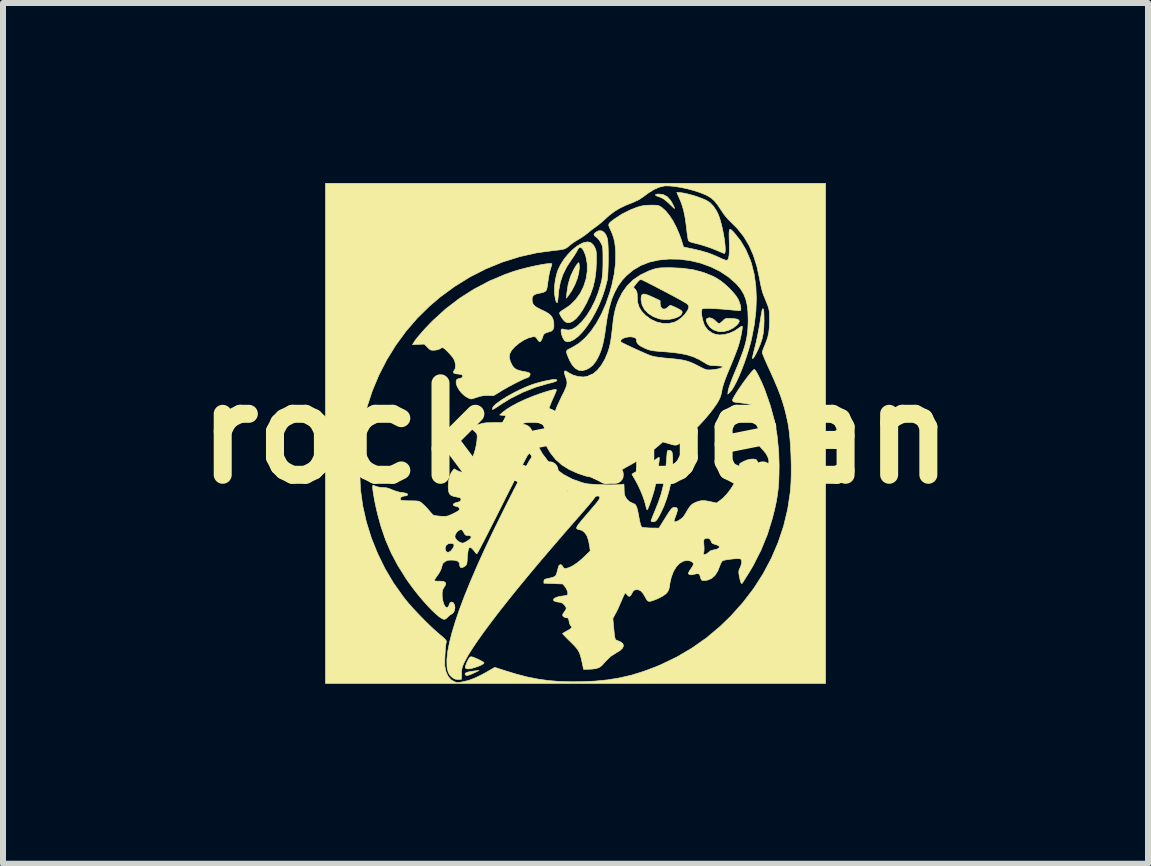
<source format=kicad_pcb>
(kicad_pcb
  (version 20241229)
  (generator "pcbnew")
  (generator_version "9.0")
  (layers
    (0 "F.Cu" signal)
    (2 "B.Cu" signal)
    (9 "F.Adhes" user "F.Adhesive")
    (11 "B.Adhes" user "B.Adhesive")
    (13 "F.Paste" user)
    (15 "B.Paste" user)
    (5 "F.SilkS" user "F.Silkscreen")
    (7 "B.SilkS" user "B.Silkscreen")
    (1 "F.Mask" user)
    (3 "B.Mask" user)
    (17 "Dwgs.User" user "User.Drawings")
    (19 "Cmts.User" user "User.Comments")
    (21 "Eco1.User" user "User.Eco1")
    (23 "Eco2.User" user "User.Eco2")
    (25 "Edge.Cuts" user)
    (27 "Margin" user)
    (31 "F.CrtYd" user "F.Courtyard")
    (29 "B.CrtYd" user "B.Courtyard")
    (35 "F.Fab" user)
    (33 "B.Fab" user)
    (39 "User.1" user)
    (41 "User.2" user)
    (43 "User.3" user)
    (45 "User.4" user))
  (footprint "rocketbean"
    (layer "F.Cu")
    (at 6.539 4.171)
    (property "Reference" "rocketbean" (at 0 0 0) (layer "F.SilkS") (effects (font (size 1.524 1.524) (thickness 0.3))))
    (attr through_hole)
    (fp_poly (pts (xy -1.683 3.987) (xy -1.74 4.013) (xy -1.781 4.028) (xy -1.809 4.033) (xy -1.826 4.03) (xy -1.84 4.013) (xy -1.841 4.006) (xy -1.829 3.991) (xy -1.795 3.977) (xy -1.74 3.965) (xy -1.676 3.957) (xy -1.607 3.95) (xy -1.683 3.987)) (stroke (width 0.01) (type solid)) (fill yes) (layer "F.SilkS"))
    (fp_poly (pts (xy 0.058 -2.833) (xy 0.062 -2.803) (xy 0.064 -2.761) (xy 0.054 -2.675) (xy 0.029 -2.578) (xy -0.011 -2.478) (xy -0.061 -2.381) (xy -0.12 -2.294) (xy -0.126 -2.286) (xy -0.152 -2.254) (xy -0.145 -2.337) (xy -0.123 -2.483) (xy -0.084 -2.614) (xy -0.027 -2.735) (xy 0.002 -2.784) (xy 0.025 -2.817) (xy 0.044 -2.839) (xy 0.052 -2.845) (xy 0.058 -2.833)) (stroke (width 0.01) (type solid)) (fill yes) (layer "F.SilkS"))
    (fp_poly (pts (xy 1.467 -3.977) (xy 1.528 -3.943) (xy 1.58 -3.887) (xy 1.583 -3.883) (xy 1.603 -3.85) (xy 1.622 -3.814) (xy 1.638 -3.781) (xy 1.648 -3.756) (xy 1.647 -3.747) (xy 1.647 -3.747) (xy 1.638 -3.755) (xy 1.614 -3.777) (xy 1.58 -3.81) (xy 1.556 -3.833) (xy 1.505 -3.878) (xy 1.464 -3.909) (xy 1.424 -3.93) (xy 1.394 -3.941) (xy 1.35 -3.957) (xy 1.331 -3.971) (xy 1.337 -3.981) (xy 1.368 -3.987) (xy 1.395 -3.988) (xy 1.467 -3.977)) (stroke (width 0.01) (type solid)) (fill yes) (layer "F.SilkS"))
    (fp_poly (pts (xy -1.715 3.726) (xy -1.678 3.74) (xy -1.635 3.758) (xy -1.592 3.779) (xy -1.555 3.799) (xy -1.53 3.815) (xy -1.524 3.823) (xy -1.535 3.838) (xy -1.566 3.856) (xy -1.609 3.876) (xy -1.66 3.894) (xy -1.712 3.91) (xy -1.76 3.921) (xy -1.793 3.924) (xy -1.822 3.918) (xy -1.837 3.905) (xy -1.835 3.885) (xy -1.824 3.85) (xy -1.807 3.807) (xy -1.805 3.804) (xy -1.782 3.758) (xy -1.764 3.733) (xy -1.747 3.722) (xy -1.739 3.721) (xy -1.715 3.726)) (stroke (width 0.01) (type solid)) (fill yes) (layer "F.SilkS"))
    (fp_poly (pts (xy 2.271 -1.918) (xy 2.315 -1.89) (xy 2.333 -1.873) (xy 2.361 -1.847) (xy 2.384 -1.831) (xy 2.391 -1.829) (xy 2.409 -1.837) (xy 2.436 -1.859) (xy 2.451 -1.873) (xy 2.477 -1.898) (xy 2.5 -1.911) (xy 2.53 -1.916) (xy 2.571 -1.916) (xy 2.645 -1.912) (xy 2.696 -1.903) (xy 2.723 -1.887) (xy 2.728 -1.864) (xy 2.711 -1.832) (xy 2.685 -1.803) (xy 2.626 -1.756) (xy 2.554 -1.72) (xy 2.478 -1.699) (xy 2.405 -1.695) (xy 2.369 -1.701) (xy 2.294 -1.728) (xy 2.239 -1.77) (xy 2.198 -1.829) (xy 2.19 -1.848) (xy 2.178 -1.88) (xy 2.177 -1.897) (xy 2.186 -1.91) (xy 2.193 -1.915) (xy 2.229 -1.927) (xy 2.271 -1.918)) (stroke (width 0.01) (type solid)) (fill yes) (layer "F.SilkS"))
    (fp_poly (pts (xy -0.324 -0.897) (xy -0.309 -0.887) (xy -0.315 -0.875) (xy -0.343 -0.862) (xy -0.394 -0.846) (xy -0.453 -0.832) (xy -0.669 -0.769) (xy -0.882 -0.684) (xy -1.087 -0.581) (xy -1.219 -0.5) (xy -1.282 -0.458) (xy -1.326 -0.429) (xy -1.355 -0.411) (xy -1.373 -0.401) (xy -1.381 -0.398) (xy -1.384 -0.401) (xy -1.384 -0.408) (xy -1.384 -0.409) (xy -1.378 -0.433) (xy -1.357 -0.461) (xy -1.319 -0.495) (xy -1.262 -0.536) (xy -1.222 -0.564) (xy -1.13 -0.621) (xy -1.027 -0.678) (xy -0.92 -0.731) (xy -0.815 -0.778) (xy -0.719 -0.815) (xy -0.669 -0.831) (xy -0.582 -0.855) (xy -0.502 -0.874) (xy -0.432 -0.888) (xy -0.375 -0.897) (xy -0.337 -0.899) (xy -0.324 -0.897)) (stroke (width 0.01) (type solid)) (fill yes) (layer "F.SilkS"))
    (fp_poly (pts (xy 3.127 -2.072) (xy 3.128 -2.072) (xy 3.134 -2.053) (xy 3.138 -2.01) (xy 3.14 -1.947) (xy 3.141 -1.877) (xy 3.137 -1.762) (xy 3.127 -1.664) (xy 3.108 -1.574) (xy 3.078 -1.485) (xy 3.036 -1.387) (xy 3.033 -1.381) (xy 3.003 -1.321) (xy 2.978 -1.277) (xy 2.959 -1.252) (xy 2.949 -1.247) (xy 2.946 -1.256) (xy 2.949 -1.273) (xy 2.958 -1.31) (xy 2.97 -1.361) (xy 2.986 -1.423) (xy 2.991 -1.444) (xy 3.011 -1.524) (xy 3.031 -1.619) (xy 3.05 -1.716) (xy 3.066 -1.805) (xy 3.068 -1.815) (xy 3.082 -1.905) (xy 3.093 -1.972) (xy 3.102 -2.019) (xy 3.108 -2.051) (xy 3.113 -2.069) (xy 3.118 -2.077) (xy 3.122 -2.077) (xy 3.127 -2.072)) (stroke (width 0.01) (type solid)) (fill yes) (layer "F.SilkS"))
    (fp_poly (pts (xy -0.318 -0.724) (xy -0.323 -0.707) (xy -0.336 -0.673) (xy -0.356 -0.627) (xy -0.377 -0.581) (xy -0.407 -0.511) (xy -0.439 -0.429) (xy -0.469 -0.348) (xy -0.484 -0.305) (xy -0.503 -0.249) (xy -0.521 -0.202) (xy -0.534 -0.169) (xy -0.542 -0.156) (xy -0.542 -0.156) (xy -0.558 -0.159) (xy -0.591 -0.17) (xy -0.635 -0.187) (xy -0.648 -0.192) (xy -0.785 -0.238) (xy -0.928 -0.271) (xy -1.048 -0.286) (xy -1.105 -0.291) (xy -1.161 -0.296) (xy -1.204 -0.3) (xy -1.206 -0.3) (xy -1.264 -0.307) (xy -1.211 -0.354) (xy -1.144 -0.404) (xy -1.057 -0.458) (xy -0.953 -0.513) (xy -0.836 -0.567) (xy -0.71 -0.619) (xy -0.58 -0.666) (xy -0.559 -0.673) (xy -0.468 -0.702) (xy -0.4 -0.721) (xy -0.353 -0.731) (xy -0.326 -0.732) (xy -0.318 -0.724)) (stroke (width 0.01) (type solid)) (fill yes) (layer "F.SilkS"))
    (fp_poly (pts (xy 1.161 -2.319) (xy 1.211 -2.303) (xy 1.28 -2.273) (xy 1.291 -2.268) (xy 1.41 -2.211) (xy 1.41 -2.161) (xy 1.418 -2.112) (xy 1.441 -2.081) (xy 1.473 -2.07) (xy 1.51 -2.08) (xy 1.537 -2.102) (xy 1.561 -2.123) (xy 1.579 -2.134) (xy 1.581 -2.134) (xy 1.598 -2.128) (xy 1.632 -2.115) (xy 1.675 -2.095) (xy 1.686 -2.09) (xy 1.736 -2.064) (xy 1.766 -2.043) (xy 1.777 -2.026) (xy 1.778 -2.021) (xy 1.766 -1.986) (xy 1.733 -1.955) (xy 1.684 -1.93) (xy 1.624 -1.911) (xy 1.555 -1.899) (xy 1.484 -1.897) (xy 1.414 -1.905) (xy 1.387 -1.911) (xy 1.291 -1.948) (xy 1.211 -2) (xy 1.15 -2.063) (xy 1.11 -2.137) (xy 1.093 -2.218) (xy 1.092 -2.236) (xy 1.095 -2.28) (xy 1.106 -2.308) (xy 1.127 -2.321) (xy 1.161 -2.319)) (stroke (width 0.01) (type solid)) (fill yes) (layer "F.SilkS"))
    (fp_poly (pts (xy 1.396 0.412) (xy 1.394 0.443) (xy 1.392 0.465) (xy 1.37 0.634) (xy 1.347 0.779) (xy 1.323 0.897) (xy 1.313 0.94) (xy 1.296 0.998) (xy 1.276 1.062) (xy 1.255 1.125) (xy 1.234 1.184) (xy 1.215 1.232) (xy 1.201 1.264) (xy 1.195 1.273) (xy 1.188 1.267) (xy 1.179 1.241) (xy 1.17 1.203) (xy 1.15 1.128) (xy 1.119 1.039) (xy 1.08 0.945) (xy 1.037 0.854) (xy 0.999 0.783) (xy 0.973 0.739) (xy 0.953 0.704) (xy 0.941 0.683) (xy 0.94 0.679) (xy 0.95 0.672) (xy 0.978 0.655) (xy 1.019 0.633) (xy 1.043 0.621) (xy 1.101 0.588) (xy 1.168 0.548) (xy 1.233 0.505) (xy 1.256 0.489) (xy 1.303 0.456) (xy 1.344 0.428) (xy 1.372 0.408) (xy 1.383 0.401) (xy 1.392 0.399) (xy 1.396 0.412)) (stroke (width 0.01) (type solid)) (fill yes) (layer "F.SilkS"))
    (fp_poly (pts (xy 1.578 0.284) (xy 1.602 0.3) (xy 1.602 0.3) (xy 1.611 0.325) (xy 1.617 0.37) (xy 1.619 0.432) (xy 1.619 0.504) (xy 1.616 0.583) (xy 1.61 0.664) (xy 1.602 0.742) (xy 1.591 0.813) (xy 1.589 0.822) (xy 1.559 0.95) (xy 1.52 1.082) (xy 1.474 1.208) (xy 1.426 1.313) (xy 1.392 1.379) (xy 1.366 1.424) (xy 1.344 1.452) (xy 1.323 1.467) (xy 1.301 1.473) (xy 1.295 1.473) (xy 1.268 1.469) (xy 1.257 1.46) (xy 1.262 1.445) (xy 1.275 1.41) (xy 1.294 1.361) (xy 1.318 1.303) (xy 1.327 1.281) (xy 1.383 1.14) (xy 1.427 1.009) (xy 1.46 0.88) (xy 1.485 0.747) (xy 1.503 0.6) (xy 1.511 0.494) (xy 1.517 0.426) (xy 1.522 0.367) (xy 1.526 0.322) (xy 1.53 0.295) (xy 1.532 0.29) (xy 1.551 0.28) (xy 1.578 0.284)) (stroke (width 0.01) (type solid)) (fill yes) (layer "F.SilkS"))
    (fp_poly (pts (xy 1.768 -4.009) (xy 1.823 -4) (xy 1.894 -3.983) (xy 1.973 -3.961) (xy 2.052 -3.934) (xy 2.124 -3.907) (xy 2.181 -3.882) (xy 2.245 -3.84) (xy 2.3 -3.782) (xy 2.35 -3.705) (xy 2.371 -3.664) (xy 2.392 -3.611) (xy 2.413 -3.546) (xy 2.433 -3.472) (xy 2.451 -3.392) (xy 2.467 -3.311) (xy 2.48 -3.233) (xy 2.489 -3.159) (xy 2.494 -3.096) (xy 2.495 -3.045) (xy 2.49 -3.011) (xy 2.48 -2.998) (xy 2.478 -2.998) (xy 2.463 -3.003) (xy 2.432 -3.016) (xy 2.4 -3.03) (xy 2.321 -3.063) (xy 2.229 -3.098) (xy 2.132 -3.13) (xy 2.041 -3.156) (xy 1.99 -3.169) (xy 1.936 -3.182) (xy 1.903 -3.194) (xy 1.885 -3.208) (xy 1.879 -3.218) (xy 1.874 -3.24) (xy 1.867 -3.282) (xy 1.859 -3.338) (xy 1.851 -3.404) (xy 1.849 -3.426) (xy 1.828 -3.582) (xy 1.801 -3.716) (xy 1.767 -3.828) (xy 1.745 -3.884) (xy 1.725 -3.928) (xy 1.709 -3.966) (xy 1.7 -3.986) (xy 1.688 -4.017) (xy 1.768 -4.009)) (stroke (width 0.01) (type solid)) (fill yes) (layer "F.SilkS"))
    (fp_poly (pts (xy 0.471 -3.354) (xy 0.505 -3.312) (xy 0.529 -3.252) (xy 0.532 -3.238) (xy 0.538 -3.197) (xy 0.542 -3.135) (xy 0.545 -3.058) (xy 0.546 -2.971) (xy 0.546 -2.88) (xy 0.544 -2.79) (xy 0.541 -2.706) (xy 0.537 -2.633) (xy 0.532 -2.576) (xy 0.528 -2.551) (xy 0.493 -2.416) (xy 0.448 -2.28) (xy 0.393 -2.145) (xy 0.331 -2.016) (xy 0.264 -1.896) (xy 0.192 -1.787) (xy 0.119 -1.694) (xy 0.046 -1.618) (xy -0.025 -1.565) (xy -0.031 -1.561) (xy -0.091 -1.533) (xy -0.138 -1.526) (xy -0.173 -1.539) (xy -0.182 -1.547) (xy -0.204 -1.579) (xy -0.223 -1.62) (xy -0.235 -1.663) (xy -0.241 -1.701) (xy -0.239 -1.728) (xy -0.226 -1.74) (xy -0.225 -1.74) (xy -0.203 -1.737) (xy -0.17 -1.728) (xy -0.166 -1.727) (xy -0.108 -1.722) (xy -0.047 -1.739) (xy 0.019 -1.78) (xy 0.028 -1.787) (xy 0.109 -1.865) (xy 0.188 -1.965) (xy 0.26 -2.081) (xy 0.325 -2.211) (xy 0.38 -2.35) (xy 0.423 -2.495) (xy 0.438 -2.558) (xy 0.447 -2.622) (xy 0.454 -2.706) (xy 0.457 -2.811) (xy 0.457 -2.88) (xy 0.457 -2.961) (xy 0.456 -3.022) (xy 0.454 -3.066) (xy 0.451 -3.099) (xy 0.445 -3.125) (xy 0.436 -3.148) (xy 0.424 -3.172) (xy 0.424 -3.173) (xy 0.394 -3.221) (xy 0.36 -3.259) (xy 0.348 -3.268) (xy 0.316 -3.293) (xy 0.307 -3.315) (xy 0.322 -3.337) (xy 0.338 -3.352) (xy 0.385 -3.376) (xy 0.43 -3.376) (xy 0.471 -3.354)) (stroke (width 0.01) (type solid)) (fill yes) (layer "F.SilkS"))
    (fp_poly (pts (xy 0.254 -3.179) (xy 0.294 -3.143) (xy 0.318 -3.105) (xy 0.33 -3.077) (xy 0.339 -3.052) (xy 0.345 -3.022) (xy 0.347 -2.983) (xy 0.348 -2.928) (xy 0.348 -2.87) (xy 0.341 -2.713) (xy 0.323 -2.572) (xy 0.293 -2.441) (xy 0.247 -2.312) (xy 0.185 -2.177) (xy 0.175 -2.157) (xy 0.118 -2.056) (xy 0.061 -1.973) (xy 0.007 -1.911) (xy -0.043 -1.871) (xy -0.05 -1.867) (xy -0.09 -1.849) (xy -0.119 -1.844) (xy -0.148 -1.849) (xy -0.162 -1.855) (xy -0.185 -1.872) (xy -0.213 -1.904) (xy -0.239 -1.943) (xy -0.259 -1.98) (xy -0.267 -2.006) (xy -0.256 -2.022) (xy -0.228 -2.045) (xy -0.192 -2.067) (xy -0.088 -2.138) (xy 0.002 -2.228) (xy 0.077 -2.332) (xy 0.135 -2.448) (xy 0.175 -2.572) (xy 0.195 -2.699) (xy 0.195 -2.826) (xy 0.172 -2.95) (xy 0.163 -2.978) (xy 0.137 -3.041) (xy 0.111 -3.082) (xy 0.084 -3.1) (xy 0.059 -3.094) (xy 0.036 -3.064) (xy 0.03 -3.051) (xy 0.014 -3.02) (xy -0.013 -2.976) (xy -0.046 -2.926) (xy -0.064 -2.901) (xy -0.148 -2.773) (xy -0.21 -2.648) (xy -0.253 -2.521) (xy -0.279 -2.385) (xy -0.287 -2.303) (xy -0.292 -2.251) (xy -0.297 -2.209) (xy -0.303 -2.183) (xy -0.305 -2.178) (xy -0.317 -2.183) (xy -0.328 -2.209) (xy -0.338 -2.252) (xy -0.347 -2.307) (xy -0.351 -2.349) (xy -0.35 -2.449) (xy -0.336 -2.559) (xy -0.311 -2.666) (xy -0.293 -2.72) (xy -0.25 -2.81) (xy -0.193 -2.9) (xy -0.125 -2.984) (xy -0.05 -3.06) (xy 0.028 -3.122) (xy 0.105 -3.166) (xy 0.145 -3.182) (xy 0.205 -3.191) (xy 0.254 -3.179)) (stroke (width 0.01) (type solid)) (fill yes) (layer "F.SilkS"))
    (fp_poly (pts (xy 1.352 -3.801) (xy 1.38 -3.795) (xy 1.404 -3.786) (xy 1.429 -3.769) (xy 1.435 -3.766) (xy 1.497 -3.712) (xy 1.56 -3.637) (xy 1.621 -3.544) (xy 1.677 -3.438) (xy 1.727 -3.324) (xy 1.76 -3.232) (xy 1.8 -3.105) (xy 1.938 -3.077) (xy 2.089 -3.042) (xy 2.222 -3.002) (xy 2.342 -2.954) (xy 2.385 -2.934) (xy 2.435 -2.911) (xy 2.478 -2.894) (xy 2.507 -2.884) (xy 2.515 -2.883) (xy 2.535 -2.891) (xy 2.549 -2.918) (xy 2.558 -2.964) (xy 2.563 -3.032) (xy 2.563 -3.122) (xy 2.562 -3.181) (xy 2.559 -3.268) (xy 2.558 -3.331) (xy 2.561 -3.373) (xy 2.567 -3.396) (xy 2.579 -3.401) (xy 2.596 -3.39) (xy 2.621 -3.367) (xy 2.64 -3.346) (xy 2.749 -3.21) (xy 2.838 -3.06) (xy 2.91 -2.893) (xy 2.931 -2.832) (xy 2.976 -2.653) (xy 3.004 -2.458) (xy 3.013 -2.251) (xy 3.005 -2.034) (xy 2.978 -1.809) (xy 2.934 -1.581) (xy 2.917 -1.511) (xy 2.886 -1.4) (xy 2.85 -1.286) (xy 2.811 -1.172) (xy 2.769 -1.062) (xy 2.727 -0.96) (xy 2.685 -0.868) (xy 2.645 -0.791) (xy 2.609 -0.731) (xy 2.577 -0.692) (xy 2.577 -0.692) (xy 2.537 -0.654) (xy 2.543 -0.711) (xy 2.55 -0.741) (xy 2.565 -0.789) (xy 2.587 -0.851) (xy 2.614 -0.922) (xy 2.645 -0.997) (xy 2.645 -0.997) (xy 2.703 -1.136) (xy 2.75 -1.257) (xy 2.789 -1.361) (xy 2.819 -1.454) (xy 2.841 -1.539) (xy 2.857 -1.619) (xy 2.868 -1.698) (xy 2.873 -1.779) (xy 2.876 -1.867) (xy 2.876 -1.899) (xy 2.872 -2.03) (xy 2.859 -2.141) (xy 2.837 -2.236) (xy 2.803 -2.32) (xy 2.757 -2.398) (xy 2.696 -2.473) (xy 2.667 -2.503) (xy 2.545 -2.609) (xy 2.405 -2.701) (xy 2.25 -2.777) (xy 2.084 -2.837) (xy 1.909 -2.879) (xy 1.73 -2.902) (xy 1.562 -2.905) (xy 1.389 -2.889) (xy 1.232 -2.854) (xy 1.091 -2.799) (xy 0.964 -2.725) (xy 0.85 -2.63) (xy 0.78 -2.555) (xy 0.711 -2.46) (xy 0.652 -2.353) (xy 0.602 -2.232) (xy 0.562 -2.094) (xy 0.529 -1.936) (xy 0.508 -1.797) (xy 0.49 -1.671) (xy 0.472 -1.566) (xy 0.453 -1.477) (xy 0.431 -1.401) (xy 0.405 -1.332) (xy 0.38 -1.275) (xy 0.334 -1.195) (xy 0.286 -1.134) (xy 0.23 -1.09) (xy 0.18 -1.064) (xy 0.114 -1.045) (xy 0.053 -1.052) (xy -0.002 -1.083) (xy -0.053 -1.138) (xy -0.095 -1.21) (xy -0.117 -1.259) (xy -0.136 -1.305) (xy -0.147 -1.339) (xy -0.147 -1.342) (xy -0.15 -1.362) (xy -0.147 -1.377) (xy -0.133 -1.391) (xy -0.105 -1.407) (xy -0.058 -1.431) (xy -0.057 -1.431) (xy 0.054 -1.498) (xy 0.159 -1.589) (xy 0.257 -1.702) (xy 0.349 -1.836) (xy 0.432 -1.989) (xy 0.507 -2.159) (xy 0.571 -2.347) (xy 0.603 -2.46) (xy 0.645 -2.656) (xy 0.667 -2.84) (xy 0.669 -3.015) (xy 0.669 -3.016) (xy 0.662 -3.111) (xy 0.652 -3.189) (xy 0.635 -3.259) (xy 0.611 -3.328) (xy 0.584 -3.39) (xy 0.564 -3.433) (xy 0.554 -3.463) (xy 0.555 -3.487) (xy 0.57 -3.51) (xy 0.6 -3.536) (xy 0.648 -3.572) (xy 0.659 -3.58) (xy 0.782 -3.659) (xy 0.922 -3.728) (xy 1.025 -3.768) (xy 1.082 -3.785) (xy 1.135 -3.796) (xy 1.193 -3.801) (xy 1.252 -3.803) (xy 1.311 -3.803) (xy 1.352 -3.801)) (stroke (width 0.01) (type solid)) (fill yes) (layer "F.SilkS"))
    (fp_poly (pts (xy -0.394 -2.826) (xy -0.394 -2.824) (xy -0.397 -2.807) (xy -0.407 -2.773) (xy -0.42 -2.731) (xy -0.434 -2.676) (xy -0.447 -2.61) (xy -0.457 -2.545) (xy -0.458 -2.54) (xy -0.467 -2.469) (xy -0.476 -2.419) (xy -0.487 -2.386) (xy -0.505 -2.365) (xy -0.532 -2.352) (xy -0.57 -2.342) (xy -0.599 -2.336) (xy -0.659 -2.322) (xy -0.697 -2.303) (xy -0.717 -2.276) (xy -0.724 -2.239) (xy -0.724 -2.234) (xy -0.72 -2.189) (xy -0.706 -2.153) (xy -0.678 -2.122) (xy -0.633 -2.092) (xy -0.568 -2.059) (xy -0.563 -2.057) (xy -0.489 -2.021) (xy -0.435 -1.986) (xy -0.399 -1.95) (xy -0.377 -1.909) (xy -0.364 -1.858) (xy -0.362 -1.842) (xy -0.361 -1.777) (xy -0.374 -1.732) (xy -0.403 -1.704) (xy -0.429 -1.695) (xy -0.485 -1.679) (xy -0.52 -1.66) (xy -0.538 -1.636) (xy -0.54 -1.627) (xy -0.554 -1.584) (xy -0.572 -1.548) (xy -0.591 -1.528) (xy -0.594 -1.527) (xy -0.609 -1.534) (xy -0.629 -1.557) (xy -0.637 -1.569) (xy -0.656 -1.598) (xy -0.675 -1.61) (xy -0.702 -1.611) (xy -0.715 -1.609) (xy -0.786 -1.59) (xy -0.863 -1.554) (xy -0.94 -1.504) (xy -1.01 -1.446) (xy -1.066 -1.384) (xy -1.068 -1.38) (xy -1.097 -1.325) (xy -1.103 -1.268) (xy -1.088 -1.204) (xy -1.078 -1.181) (xy -1.054 -1.132) (xy -1.027 -1.096) (xy -0.994 -1.07) (xy -0.949 -1.051) (xy -0.888 -1.036) (xy -0.811 -1.022) (xy -0.778 -1.012) (xy -0.758 -0.997) (xy -0.757 -0.995) (xy -0.759 -0.971) (xy -0.775 -0.945) (xy -0.797 -0.929) (xy -0.805 -0.927) (xy -0.826 -0.921) (xy -0.864 -0.905) (xy -0.915 -0.881) (xy -0.976 -0.851) (xy -1.042 -0.817) (xy -1.108 -0.782) (xy -1.17 -0.747) (xy -1.225 -0.716) (xy -1.238 -0.707) (xy -1.365 -0.629) (xy -1.454 -0.632) (xy -1.518 -0.631) (xy -1.578 -0.621) (xy -1.637 -0.604) (xy -1.686 -0.587) (xy -1.718 -0.577) (xy -1.739 -0.574) (xy -1.758 -0.578) (xy -1.78 -0.587) (xy -1.797 -0.595) (xy -1.847 -0.626) (xy -1.895 -0.67) (xy -1.937 -0.722) (xy -1.969 -0.776) (xy -1.988 -0.827) (xy -1.989 -0.869) (xy -1.989 -0.87) (xy -1.982 -0.891) (xy -1.969 -0.904) (xy -1.944 -0.913) (xy -1.914 -0.92) (xy -1.888 -0.931) (xy -1.881 -0.95) (xy -1.882 -0.956) (xy -1.888 -0.973) (xy -1.904 -0.983) (xy -1.938 -0.987) (xy -1.949 -0.988) (xy -2.003 -0.995) (xy -2.031 -1.008) (xy -2.036 -1.027) (xy -2.027 -1.04) (xy -2.004 -1.081) (xy -1.999 -1.132) (xy -2.007 -1.183) (xy -2.02 -1.223) (xy -2.042 -1.261) (xy -2.077 -1.304) (xy -2.099 -1.329) (xy -2.146 -1.378) (xy -2.181 -1.41) (xy -2.206 -1.426) (xy -2.226 -1.428) (xy -2.244 -1.42) (xy -2.249 -1.415) (xy -2.279 -1.4) (xy -2.325 -1.389) (xy -2.343 -1.387) (xy -2.383 -1.385) (xy -2.41 -1.389) (xy -2.433 -1.403) (xy -2.463 -1.431) (xy -2.466 -1.435) (xy -2.52 -1.488) (xy -2.716 -1.479) (xy -2.694 -1.516) (xy -2.667 -1.556) (xy -2.625 -1.609) (xy -2.57 -1.673) (xy -2.507 -1.744) (xy -2.438 -1.817) (xy -2.376 -1.88) (xy -2.165 -2.072) (xy -1.937 -2.247) (xy -1.693 -2.402) (xy -1.438 -2.537) (xy -1.171 -2.65) (xy -1.057 -2.69) (xy -0.983 -2.714) (xy -0.901 -2.737) (xy -0.816 -2.759) (xy -0.73 -2.779) (xy -0.646 -2.797) (xy -0.569 -2.812) (xy -0.502 -2.823) (xy -0.448 -2.829) (xy -0.411 -2.831) (xy -0.394 -2.826)) (stroke (width 0.01) (type solid)) (fill yes) (layer "F.SilkS"))
    (fp_poly (pts (xy 4.166 4.166) (xy -4.166 4.166) (xy -4.166 0.543) (xy -3.594 0.543) (xy -3.593 0.662) (xy -3.59 0.774) (xy -3.586 0.873) (xy -3.581 0.953) (xy -3.544 1.215) (xy -3.484 1.479) (xy -3.402 1.742) (xy -3.298 2.001) (xy -3.175 2.252) (xy -3.033 2.492) (xy -2.873 2.718) (xy -2.839 2.762) (xy -2.778 2.836) (xy -2.703 2.92) (xy -2.619 3.009) (xy -2.531 3.1) (xy -2.443 3.187) (xy -2.36 3.265) (xy -2.287 3.33) (xy -2.263 3.35) (xy -2.206 3.398) (xy -2.17 3.433) (xy -2.153 3.457) (xy -2.152 3.466) (xy -2.158 3.498) (xy -2.164 3.548) (xy -2.17 3.612) (xy -2.174 3.681) (xy -2.178 3.75) (xy -2.179 3.812) (xy -2.179 3.86) (xy -2.178 3.879) (xy -2.158 3.972) (xy -2.124 4.047) (xy -2.075 4.104) (xy -2.013 4.14) (xy -1.968 4.152) (xy -1.954 4.15) (xy -1.921 4.146) (xy -1.88 4.139) (xy -1.783 4.116) (xy -1.674 4.075) (xy -1.553 4.016) (xy -1.479 3.975) (xy -1.346 3.898) (xy -1.189 3.949) (xy -0.992 4.009) (xy -0.809 4.057) (xy -0.633 4.092) (xy -0.458 4.117) (xy -0.278 4.132) (xy -0.086 4.138) (xy 0.093 4.137) (xy 0.324 4.127) (xy 0.536 4.106) (xy 0.737 4.073) (xy 0.932 4.028) (xy 1.126 3.968) (xy 1.327 3.893) (xy 1.421 3.854) (xy 1.688 3.725) (xy 1.941 3.576) (xy 2.182 3.407) (xy 2.41 3.215) (xy 2.585 3.046) (xy 2.786 2.822) (xy 2.967 2.586) (xy 3.126 2.338) (xy 3.263 2.08) (xy 3.377 1.814) (xy 3.468 1.541) (xy 3.535 1.261) (xy 3.578 0.977) (xy 3.581 0.943) (xy 3.59 0.818) (xy 3.594 0.679) (xy 3.594 0.53) (xy 3.59 0.378) (xy 3.583 0.227) (xy 3.572 0.083) (xy 3.558 -0.049) (xy 3.541 -0.162) (xy 3.535 -0.191) (xy 3.509 -0.308) (xy 3.482 -0.418) (xy 3.45 -0.525) (xy 3.414 -0.632) (xy 3.37 -0.746) (xy 3.317 -0.871) (xy 3.255 -1.011) (xy 3.225 -1.076) (xy 3.191 -1.15) (xy 3.161 -1.217) (xy 3.137 -1.275) (xy 3.12 -1.318) (xy 3.112 -1.343) (xy 3.111 -1.347) (xy 3.116 -1.371) (xy 3.13 -1.411) (xy 3.148 -1.457) (xy 3.15 -1.46) (xy 3.182 -1.54) (xy 3.205 -1.612) (xy 3.22 -1.682) (xy 3.228 -1.76) (xy 3.232 -1.853) (xy 3.232 -1.886) (xy 3.232 -1.945) (xy 3.231 -1.991) (xy 3.229 -2.029) (xy 3.223 -2.063) (xy 3.214 -2.099) (xy 3.199 -2.141) (xy 3.178 -2.194) (xy 3.15 -2.263) (xy 3.131 -2.309) (xy 3.115 -2.355) (xy 3.098 -2.42) (xy 3.081 -2.496) (xy 3.067 -2.573) (xy 3.023 -2.778) (xy 2.965 -2.964) (xy 2.892 -3.131) (xy 2.802 -3.281) (xy 2.695 -3.415) (xy 2.61 -3.5) (xy 2.537 -3.572) (xy 2.477 -3.645) (xy 2.424 -3.723) (xy 2.369 -3.806) (xy 2.318 -3.869) (xy 2.265 -3.918) (xy 2.205 -3.956) (xy 2.163 -3.977) (xy 2.074 -4.013) (xy 1.975 -4.045) (xy 1.869 -4.074) (xy 1.762 -4.097) (xy 1.66 -4.114) (xy 1.569 -4.123) (xy 1.493 -4.124) (xy 1.476 -4.122) (xy 1.397 -4.103) (xy 1.309 -4.065) (xy 1.217 -4.008) (xy 1.153 -3.961) (xy 1.063 -3.898) (xy 0.966 -3.852) (xy 0.953 -3.847) (xy 0.835 -3.8) (xy 0.736 -3.752) (xy 0.649 -3.699) (xy 0.566 -3.637) (xy 0.483 -3.562) (xy 0.436 -3.52) (xy 0.386 -3.479) (xy 0.344 -3.447) (xy 0.337 -3.442) (xy 0.292 -3.41) (xy 0.241 -3.371) (xy 0.203 -3.339) (xy 0.154 -3.301) (xy 0.095 -3.261) (xy 0.049 -3.233) (xy -0.003 -3.202) (xy -0.054 -3.167) (xy -0.091 -3.138) (xy -0.125 -3.109) (xy -0.155 -3.088) (xy -0.185 -3.074) (xy -0.222 -3.064) (xy -0.272 -3.057) (xy -0.339 -3.049) (xy -0.356 -3.048) (xy -0.65 -3.008) (xy -0.938 -2.943) (xy -1.22 -2.854) (xy -1.494 -2.742) (xy -1.759 -2.607) (xy -2.014 -2.449) (xy -2.258 -2.27) (xy -2.435 -2.119) (xy -2.638 -1.919) (xy -2.825 -1.702) (xy -2.994 -1.471) (xy -3.145 -1.227) (xy -3.275 -0.974) (xy -3.385 -0.712) (xy -3.473 -0.444) (xy -3.538 -0.173) (xy -3.578 0.1) (xy -3.581 0.133) (xy -3.587 0.214) (xy -3.591 0.313) (xy -3.593 0.425) (xy -3.594 0.543) (xy -4.166 0.543) (xy -4.166 -4.166) (xy 4.166 -4.166) (xy 4.166 4.166)) (stroke (width 0.01) (type solid)) (fill yes) (layer "F.SilkS"))
    (fp_poly (pts (xy 1.581 -2.761) (xy 1.781 -2.752) (xy 1.964 -2.726) (xy 2.131 -2.682) (xy 2.284 -2.621) (xy 2.349 -2.587) (xy 2.415 -2.544) (xy 2.485 -2.489) (xy 2.555 -2.425) (xy 2.618 -2.359) (xy 2.671 -2.295) (xy 2.708 -2.238) (xy 2.711 -2.232) (xy 2.732 -2.181) (xy 2.747 -2.131) (xy 2.754 -2.089) (xy 2.754 -2.058) (xy 2.744 -2.045) (xy 2.742 -2.045) (xy 2.724 -2.046) (xy 2.685 -2.049) (xy 2.63 -2.054) (xy 2.565 -2.06) (xy 2.521 -2.064) (xy 2.442 -2.071) (xy 2.362 -2.076) (xy 2.289 -2.08) (xy 2.23 -2.083) (xy 2.213 -2.083) (xy 2.162 -2.082) (xy 2.13 -2.08) (xy 2.113 -2.074) (xy 2.105 -2.064) (xy 2.101 -2.051) (xy 2.098 -2.012) (xy 2.104 -1.958) (xy 2.117 -1.897) (xy 2.134 -1.838) (xy 2.154 -1.79) (xy 2.155 -1.788) (xy 2.205 -1.723) (xy 2.273 -1.674) (xy 2.329 -1.651) (xy 2.4 -1.64) (xy 2.481 -1.647) (xy 2.566 -1.67) (xy 2.649 -1.707) (xy 2.719 -1.754) (xy 2.749 -1.775) (xy 2.771 -1.787) (xy 2.777 -1.787) (xy 2.779 -1.77) (xy 2.776 -1.734) (xy 2.768 -1.684) (xy 2.756 -1.624) (xy 2.742 -1.561) (xy 2.725 -1.498) (xy 2.722 -1.486) (xy 2.707 -1.439) (xy 2.684 -1.375) (xy 2.655 -1.3) (xy 2.623 -1.219) (xy 2.592 -1.143) (xy 2.55 -1.044) (xy 2.518 -0.965) (xy 2.493 -0.9) (xy 2.474 -0.847) (xy 2.459 -0.799) (xy 2.447 -0.755) (xy 2.437 -0.708) (xy 2.434 -0.689) (xy 2.422 -0.637) (xy 2.405 -0.589) (xy 2.381 -0.541) (xy 2.347 -0.485) (xy 2.3 -0.419) (xy 2.276 -0.386) (xy 2.223 -0.319) (xy 2.161 -0.246) (xy 2.092 -0.169) (xy 2.02 -0.093) (xy 1.947 -0.02) (xy 1.878 0.047) (xy 1.814 0.104) (xy 1.759 0.149) (xy 1.716 0.179) (xy 1.706 0.184) (xy 1.685 0.193) (xy 1.664 0.196) (xy 1.637 0.193) (xy 1.596 0.183) (xy 1.56 0.172) (xy 1.454 0.142) (xy 1.387 0.201) (xy 1.255 0.307) (xy 1.103 0.412) (xy 0.937 0.511) (xy 0.907 0.527) (xy 0.846 0.561) (xy 0.793 0.592) (xy 0.753 0.616) (xy 0.729 0.632) (xy 0.724 0.638) (xy 0.73 0.655) (xy 0.744 0.68) (xy 0.757 0.702) (xy 0.752 0.714) (xy 0.728 0.725) (xy 0.697 0.732) (xy 0.646 0.738) (xy 0.581 0.741) (xy 0.509 0.744) (xy 0.435 0.744) (xy 0.366 0.742) (xy 0.307 0.738) (xy 0.295 0.736) (xy 0.173 0.711) (xy 0.04 0.667) (xy -0.1 0.604) (xy -0.108 0.6) (xy -0.228 0.525) (xy -0.333 0.432) (xy -0.42 0.323) (xy -0.47 0.238) (xy -0.495 0.183) (xy -0.515 0.129) (xy -0.528 0.084) (xy -0.53 0.071) (xy -0.533 0.035) (xy -0.529 0.018) (xy -0.517 0.013) (xy -0.511 0.013) (xy -0.483 0.005) (xy -0.472 -0.004) (xy -0.464 -0.021) (xy -0.449 -0.058) (xy -0.43 -0.111) (xy -0.408 -0.175) (xy -0.389 -0.231) (xy -0.31 -0.445) (xy -0.23 -0.617) (xy -0.191 -0.693) (xy -0.165 -0.752) (xy -0.148 -0.799) (xy -0.142 -0.837) (xy -0.144 -0.873) (xy -0.155 -0.911) (xy -0.165 -0.941) (xy -0.179 -0.981) (xy -0.185 -1.015) (xy -0.184 -1.029) (xy -0.178 -1.04) (xy -0.166 -1.041) (xy -0.143 -1.029) (xy -0.114 -1.01) (xy -0.04 -0.971) (xy 0.044 -0.948) (xy 0.128 -0.94) (xy 0.205 -0.951) (xy 0.217 -0.954) (xy 0.293 -0.993) (xy 0.365 -1.054) (xy 0.431 -1.136) (xy 0.489 -1.235) (xy 0.537 -1.349) (xy 0.544 -1.369) (xy 0.56 -1.421) (xy 0.573 -1.474) (xy 0.585 -1.532) (xy 0.587 -1.545) (xy 0.751 -1.545) (xy 0.758 -1.523) (xy 0.76 -1.521) (xy 0.776 -1.512) (xy 0.81 -1.494) (xy 0.86 -1.47) (xy 0.92 -1.442) (xy 0.986 -1.411) (xy 1.054 -1.38) (xy 1.12 -1.351) (xy 1.179 -1.325) (xy 1.227 -1.305) (xy 1.257 -1.294) (xy 1.309 -1.28) (xy 1.384 -1.268) (xy 1.482 -1.256) (xy 1.543 -1.251) (xy 1.648 -1.241) (xy 1.732 -1.231) (xy 1.803 -1.219) (xy 1.864 -1.203) (xy 1.922 -1.183) (xy 1.982 -1.156) (xy 2.045 -1.124) (xy 2.102 -1.094) (xy 2.143 -1.075) (xy 2.174 -1.063) (xy 2.202 -1.058) (xy 2.233 -1.058) (xy 2.267 -1.059) (xy 2.321 -1.065) (xy 2.373 -1.074) (xy 2.407 -1.083) (xy 2.438 -1.097) (xy 2.456 -1.109) (xy 2.457 -1.113) (xy 2.446 -1.118) (xy 2.414 -1.123) (xy 2.368 -1.126) (xy 2.34 -1.128) (xy 2.283 -1.13) (xy 2.244 -1.134) (xy 2.212 -1.143) (xy 2.181 -1.159) (xy 2.14 -1.184) (xy 2.136 -1.186) (xy 2.053 -1.235) (xy 1.966 -1.274) (xy 1.872 -1.305) (xy 1.766 -1.328) (xy 1.644 -1.346) (xy 1.501 -1.359) (xy 1.499 -1.359) (xy 1.411 -1.365) (xy 1.345 -1.371) (xy 1.294 -1.377) (xy 1.254 -1.384) (xy 1.22 -1.393) (xy 1.188 -1.405) (xy 1.152 -1.42) (xy 1.148 -1.422) (xy 1.084 -1.455) (xy 1.043 -1.486) (xy 1.021 -1.519) (xy 1.016 -1.548) (xy 1.012 -1.575) (xy 0.995 -1.591) (xy 0.97 -1.601) (xy 0.927 -1.609) (xy 0.879 -1.607) (xy 0.834 -1.599) (xy 0.794 -1.584) (xy 0.765 -1.565) (xy 0.751 -1.545) (xy 0.587 -1.545) (xy 0.595 -1.601) (xy 0.606 -1.687) (xy 0.616 -1.778) (xy 0.629 -1.891) (xy 0.644 -1.984) (xy 0.662 -2.065) (xy 0.684 -2.139) (xy 0.711 -2.21) (xy 0.778 -2.345) (xy 0.844 -2.436) (xy 0.965 -2.436) (xy 0.997 -2.398) (xy 1.013 -2.375) (xy 1.023 -2.351) (xy 1.028 -2.317) (xy 1.029 -2.266) (xy 1.029 -2.262) (xy 1.036 -2.176) (xy 1.06 -2.102) (xy 1.102 -2.034) (xy 1.166 -1.967) (xy 1.255 -1.901) (xy 1.352 -1.856) (xy 1.454 -1.833) (xy 1.557 -1.833) (xy 1.639 -1.85) (xy 1.701 -1.88) (xy 1.764 -1.927) (xy 1.821 -1.983) (xy 1.864 -2.044) (xy 1.867 -2.048) (xy 1.886 -2.092) (xy 1.886 -2.124) (xy 1.866 -2.152) (xy 1.833 -2.175) (xy 1.801 -2.194) (xy 1.752 -2.222) (xy 1.69 -2.256) (xy 1.619 -2.294) (xy 1.541 -2.336) (xy 1.46 -2.378) (xy 1.38 -2.42) (xy 1.304 -2.46) (xy 1.235 -2.495) (xy 1.177 -2.525) (xy 1.134 -2.546) (xy 1.107 -2.558) (xy 1.103 -2.559) (xy 1.082 -2.561) (xy 1.064 -2.554) (xy 1.042 -2.532) (xy 1.017 -2.502) (xy 0.965 -2.436) (xy 0.844 -2.436) (xy 0.862 -2.461) (xy 0.962 -2.559) (xy 1.081 -2.64) (xy 1.219 -2.706) (xy 1.276 -2.727) (xy 1.317 -2.74) (xy 1.353 -2.749) (xy 1.389 -2.755) (xy 1.433 -2.759) (xy 1.488 -2.76) (xy 1.562 -2.761) (xy 1.581 -2.761)) (stroke (width 0.01) (type solid)) (fill yes) (layer "F.SilkS"))
    (fp_poly (pts (xy 2.993 -1.055) (xy 3.014 -1.024) (xy 3.041 -0.975) (xy 3.072 -0.912) (xy 3.106 -0.839) (xy 3.14 -0.759) (xy 3.154 -0.724) (xy 3.244 -0.468) (xy 3.313 -0.215) (xy 3.359 0.041) (xy 3.385 0.304) (xy 3.392 0.533) (xy 3.39 0.679) (xy 3.386 0.806) (xy 3.377 0.922) (xy 3.363 1.032) (xy 3.344 1.143) (xy 3.318 1.263) (xy 3.284 1.398) (xy 3.282 1.408) (xy 3.198 1.681) (xy 3.089 1.948) (xy 2.958 2.205) (xy 2.882 2.332) (xy 2.846 2.389) (xy 2.815 2.438) (xy 2.791 2.476) (xy 2.776 2.497) (xy 2.774 2.501) (xy 2.763 2.499) (xy 2.75 2.472) (xy 2.737 2.419) (xy 2.73 2.386) (xy 2.722 2.338) (xy 2.72 2.306) (xy 2.724 2.279) (xy 2.736 2.25) (xy 2.741 2.24) (xy 2.758 2.197) (xy 2.768 2.154) (xy 2.769 2.14) (xy 2.765 2.108) (xy 2.751 2.093) (xy 2.736 2.088) (xy 2.708 2.086) (xy 2.662 2.088) (xy 2.607 2.093) (xy 2.55 2.1) (xy 2.499 2.108) (xy 2.462 2.117) (xy 2.45 2.122) (xy 2.433 2.141) (xy 2.416 2.175) (xy 2.408 2.196) (xy 2.371 2.291) (xy 2.324 2.365) (xy 2.266 2.417) (xy 2.199 2.445) (xy 2.147 2.451) (xy 2.116 2.45) (xy 2.098 2.441) (xy 2.088 2.419) (xy 2.081 2.394) (xy 2.07 2.359) (xy 2.053 2.34) (xy 2.025 2.337) (xy 1.981 2.346) (xy 1.969 2.349) (xy 1.926 2.357) (xy 1.894 2.351) (xy 1.88 2.335) (xy 1.88 2.331) (xy 1.887 2.312) (xy 1.904 2.282) (xy 1.911 2.272) (xy 1.943 2.226) (xy 1.96 2.195) (xy 1.964 2.173) (xy 1.956 2.155) (xy 1.947 2.144) (xy 1.911 2.125) (xy 1.863 2.118) (xy 1.809 2.125) (xy 1.79 2.132) (xy 1.731 2.167) (xy 1.678 2.224) (xy 1.632 2.3) (xy 1.597 2.39) (xy 1.573 2.493) (xy 1.568 2.531) (xy 1.557 2.59) (xy 1.537 2.636) (xy 1.504 2.674) (xy 1.454 2.709) (xy 1.397 2.74) (xy 1.344 2.764) (xy 1.295 2.783) (xy 1.256 2.795) (xy 1.245 2.797) (xy 1.221 2.797) (xy 1.203 2.791) (xy 1.187 2.772) (xy 1.167 2.738) (xy 1.16 2.724) (xy 1.124 2.665) (xy 1.091 2.628) (xy 1.057 2.608) (xy 1.024 2.604) (xy 0.99 2.607) (xy 0.968 2.619) (xy 0.949 2.646) (xy 0.937 2.67) (xy 0.915 2.706) (xy 0.893 2.716) (xy 0.87 2.701) (xy 0.858 2.686) (xy 0.84 2.665) (xy 0.827 2.66) (xy 0.826 2.66) (xy 0.817 2.674) (xy 0.801 2.706) (xy 0.781 2.752) (xy 0.761 2.797) (xy 0.734 2.86) (xy 0.705 2.925) (xy 0.678 2.98) (xy 0.664 3.005) (xy 0.622 3.083) (xy 0.636 3.234) (xy 0.643 3.31) (xy 0.649 3.364) (xy 0.655 3.401) (xy 0.662 3.425) (xy 0.672 3.439) (xy 0.685 3.447) (xy 0.704 3.454) (xy 0.708 3.455) (xy 0.762 3.48) (xy 0.792 3.51) (xy 0.798 3.544) (xy 0.78 3.581) (xy 0.738 3.62) (xy 0.679 3.655) (xy 0.584 3.716) (xy 0.502 3.796) (xy 0.483 3.818) (xy 0.439 3.867) (xy 0.394 3.9) (xy 0.34 3.919) (xy 0.272 3.927) (xy 0.237 3.929) (xy 0.134 3.931) (xy 0.114 3.835) (xy 0.096 3.755) (xy 0.079 3.693) (xy 0.06 3.645) (xy 0.036 3.602) (xy 0.002 3.56) (xy -0.043 3.513) (xy -0.084 3.472) (xy -0.131 3.426) (xy -0.17 3.386) (xy -0.199 3.356) (xy -0.214 3.339) (xy -0.216 3.336) (xy -0.205 3.327) (xy -0.178 3.31) (xy -0.14 3.289) (xy -0.093 3.262) (xy -0.069 3.24) (xy -0.066 3.22) (xy -0.081 3.202) (xy -0.094 3.181) (xy -0.105 3.145) (xy -0.107 3.13) (xy -0.115 3.094) (xy -0.126 3.077) (xy -0.141 3.073) (xy -0.177 3.066) (xy -0.205 3.049) (xy -0.216 3.027) (xy -0.208 3.005) (xy -0.189 2.976) (xy -0.184 2.969) (xy -0.16 2.935) (xy -0.155 2.907) (xy -0.17 2.878) (xy -0.188 2.856) (xy -0.216 2.83) (xy -0.248 2.816) (xy -0.291 2.81) (xy -0.339 2.8) (xy -0.364 2.786) (xy -0.369 2.767) (xy -0.353 2.749) (xy -0.319 2.731) (xy -0.269 2.717) (xy -0.229 2.711) (xy -0.184 2.705) (xy -0.149 2.698) (xy -0.132 2.691) (xy -0.132 2.69) (xy -0.128 2.663) (xy -0.137 2.624) (xy -0.156 2.582) (xy -0.176 2.552) (xy -0.213 2.509) (xy -0.37 2.502) (xy -0.527 2.496) (xy -0.527 2.464) (xy -0.523 2.442) (xy -0.506 2.429) (xy -0.476 2.421) (xy -0.413 2.407) (xy -0.371 2.395) (xy -0.343 2.382) (xy -0.326 2.364) (xy -0.315 2.337) (xy -0.305 2.299) (xy -0.305 2.299) (xy -0.293 2.254) (xy -0.283 2.218) (xy -0.275 2.2) (xy -0.255 2.185) (xy -0.232 2.193) (xy -0.213 2.219) (xy -0.195 2.244) (xy -0.17 2.251) (xy -0.158 2.25) (xy -0.105 2.235) (xy -0.041 2.203) (xy 0.03 2.155) (xy 0.104 2.094) (xy 0.138 2.062) (xy 0.193 2.009) (xy 2.128 2.009) (xy 2.135 2.018) (xy 2.151 2.019) (xy 2.178 2.01) (xy 2.209 1.989) (xy 2.215 1.983) (xy 2.254 1.953) (xy 2.306 1.94) (xy 2.307 1.94) (xy 2.353 1.93) (xy 2.384 1.914) (xy 2.397 1.895) (xy 2.39 1.877) (xy 2.368 1.864) (xy 2.333 1.851) (xy 2.321 1.848) (xy 2.286 1.836) (xy 2.267 1.819) (xy 2.258 1.795) (xy 2.238 1.761) (xy 2.205 1.745) (xy 2.166 1.75) (xy 2.157 1.753) (xy 2.144 1.763) (xy 2.137 1.777) (xy 2.135 1.802) (xy 2.138 1.845) (xy 2.139 1.859) (xy 2.142 1.916) (xy 2.14 1.963) (xy 2.135 1.985) (xy 2.128 2.009) (xy 0.193 2.009) (xy 0.245 1.959) (xy 0.236 1.886) (xy 0.217 1.785) (xy 0.19 1.707) (xy 0.153 1.651) (xy 0.107 1.617) (xy 0.072 1.606) (xy 0.045 1.6) (xy 0.026 1.592) (xy 0.018 1.581) (xy 0.021 1.562) (xy 0.035 1.535) (xy 0.064 1.497) (xy 0.106 1.445) (xy 0.164 1.377) (xy 0.186 1.352) (xy 0.253 1.273) (xy 0.305 1.212) (xy 0.345 1.165) (xy 0.372 1.13) (xy 0.39 1.105) (xy 0.4 1.087) (xy 0.404 1.075) (xy 0.403 1.065) (xy 0.402 1.061) (xy 0.384 1.043) (xy 0.357 1.042) (xy 0.33 1.056) (xy 0.312 1.079) (xy 0.298 1.098) (xy 0.271 1.133) (xy 0.231 1.181) (xy 0.181 1.24) (xy 0.123 1.307) (xy 0.061 1.379) (xy 0.048 1.393) (xy -0.18 1.654) (xy -0.396 1.905) (xy -0.6 2.144) (xy -0.791 2.372) (xy -0.969 2.588) (xy -1.132 2.791) (xy -1.282 2.981) (xy -1.416 3.157) (xy -1.535 3.317) (xy -1.638 3.463) (xy -1.725 3.592) (xy -1.795 3.705) (xy -1.847 3.801) (xy -1.852 3.81) (xy -1.876 3.863) (xy -1.89 3.904) (xy -1.897 3.946) (xy -1.899 3.997) (xy -1.899 4) (xy -1.9 4.096) (xy -1.95 4.1) (xy -2.003 4.095) (xy -2.044 4.074) (xy -2.09 4.034) (xy -2.12 3.983) (xy -2.138 3.916) (xy -2.142 3.875) (xy -2.143 3.766) (xy -2.13 3.637) (xy -2.101 3.489) (xy -2.059 3.321) (xy -2.002 3.134) (xy -1.932 2.928) (xy -1.848 2.705) (xy -1.749 2.463) (xy -1.638 2.205) (xy -1.513 1.929) (xy -1.375 1.637) (xy -1.266 1.416) (xy -1.195 1.273) (xy -1.126 1.135) (xy -1.059 1.003) (xy -1.037 0.959) (xy -0.14 0.959) (xy -0.133 0.965) (xy -0.127 0.959) (xy -0.133 0.953) (xy -0.14 0.959) (xy -1.037 0.959) (xy -0.996 0.88) (xy -0.938 0.767) (xy -0.885 0.667) (xy -0.84 0.581) (xy -0.801 0.511) (xy -0.772 0.459) (xy -0.752 0.426) (xy -0.745 0.418) (xy -0.73 0.398) (xy -0.731 0.381) (xy -0.743 0.36) (xy -0.759 0.339) (xy -0.772 0.337) (xy -0.79 0.351) (xy -0.8 0.366) (xy -0.82 0.402) (xy -0.849 0.457) (xy -0.887 0.529) (xy -0.932 0.617) (xy -0.984 0.717) (xy -1.041 0.83) (xy -1.103 0.952) (xy -1.168 1.081) (xy -1.223 1.191) (xy -1.29 1.325) (xy -1.354 1.452) (xy -1.414 1.57) (xy -1.469 1.678) (xy -1.518 1.774) (xy -1.561 1.856) (xy -1.595 1.921) (xy -1.622 1.97) (xy -1.638 1.998) (xy -1.644 2.006) (xy -1.659 1.996) (xy -1.679 1.972) (xy -1.683 1.966) (xy -1.708 1.934) (xy -1.734 1.91) (xy -1.736 1.908) (xy -1.757 1.898) (xy -1.771 1.906) (xy -1.78 1.92) (xy -1.788 1.945) (xy -1.795 1.989) (xy -1.801 2.043) (xy -1.803 2.07) (xy -1.806 2.126) (xy -1.81 2.162) (xy -1.817 2.185) (xy -1.828 2.2) (xy -1.846 2.214) (xy -1.853 2.219) (xy -1.89 2.237) (xy -1.916 2.233) (xy -1.929 2.207) (xy -1.93 2.192) (xy -1.937 2.155) (xy -1.96 2.13) (xy -2.001 2.116) (xy -2.046 2.111) (xy -2.098 2.111) (xy -2.134 2.116) (xy -2.164 2.13) (xy -2.169 2.133) (xy -2.197 2.154) (xy -2.214 2.172) (xy -2.215 2.175) (xy -2.221 2.196) (xy -2.231 2.231) (xy -2.234 2.244) (xy -2.249 2.282) (xy -2.275 2.329) (xy -2.304 2.371) (xy -2.331 2.408) (xy -2.348 2.438) (xy -2.354 2.454) (xy -2.354 2.455) (xy -2.339 2.459) (xy -2.306 2.462) (xy -2.265 2.462) (xy -2.207 2.465) (xy -2.173 2.479) (xy -2.162 2.503) (xy -2.173 2.538) (xy -2.199 2.577) (xy -2.215 2.609) (xy -2.222 2.654) (xy -2.222 2.704) (xy -2.217 2.758) (xy -2.206 2.808) (xy -2.191 2.852) (xy -2.172 2.885) (xy -2.152 2.902) (xy -2.13 2.898) (xy -2.128 2.896) (xy -2.111 2.871) (xy -2.106 2.855) (xy -2.093 2.825) (xy -2.07 2.81) (xy -2.044 2.815) (xy -2.038 2.82) (xy -2.016 2.857) (xy -2.009 2.902) (xy -2.016 2.948) (xy -2.035 2.987) (xy -2.064 3.01) (xy -2.095 3.028) (xy -2.126 3.057) (xy -2.129 3.061) (xy -2.156 3.085) (xy -2.182 3.098) (xy -2.186 3.099) (xy -2.219 3.089) (xy -2.265 3.06) (xy -2.32 3.015) (xy -2.384 2.955) (xy -2.454 2.883) (xy -2.527 2.802) (xy -2.603 2.713) (xy -2.679 2.618) (xy -2.752 2.52) (xy -2.822 2.422) (xy -2.83 2.409) (xy -2.961 2.199) (xy -3.072 1.99) (xy -3.104 1.915) (xy -2.172 1.915) (xy -2.164 1.956) (xy -2.143 1.978) (xy -2.114 1.98) (xy -2.082 1.962) (xy -2.053 1.928) (xy -2.028 1.885) (xy -2.024 1.856) (xy -2.038 1.839) (xy -2.073 1.831) (xy -2.12 1.838) (xy -2.154 1.862) (xy -2.171 1.902) (xy -2.172 1.915) (xy -3.104 1.915) (xy -3.164 1.777) (xy -3.186 1.712) (xy -2.01 1.712) (xy -2.006 1.737) (xy -1.997 1.755) (xy -1.968 1.787) (xy -1.928 1.814) (xy -1.887 1.828) (xy -1.879 1.829) (xy -1.858 1.822) (xy -1.824 1.806) (xy -1.8 1.791) (xy -1.759 1.76) (xy -1.739 1.734) (xy -1.742 1.714) (xy -1.767 1.703) (xy -1.788 1.702) (xy -1.822 1.699) (xy -1.842 1.685) (xy -1.858 1.657) (xy -1.877 1.626) (xy -1.895 1.607) (xy -1.899 1.605) (xy -1.926 1.606) (xy -1.958 1.625) (xy -1.986 1.656) (xy -2 1.68) (xy -2.01 1.712) (xy -3.186 1.712) (xy -3.241 1.552) (xy -3.295 1.356) (xy -3.318 1.258) (xy -3.339 1.164) (xy -3.355 1.077) (xy -3.368 1.001) (xy -3.377 0.939) (xy -3.38 0.894) (xy -3.378 0.868) (xy -3.373 0.864) (xy -3.36 0.868) (xy -3.332 0.879) (xy -3.323 0.883) (xy -3.283 0.894) (xy -3.233 0.901) (xy -3.206 0.902) (xy -3.146 0.907) (xy -3.086 0.926) (xy -3.057 0.939) (xy -2.998 0.961) (xy -2.936 0.979) (xy -2.901 0.984) (xy -2.857 0.99) (xy -2.823 0.998) (xy -2.807 1.003) (xy -2.797 1.018) (xy -2.806 1.033) (xy -2.832 1.041) (xy -2.84 1.041) (xy -2.879 1.048) (xy -2.907 1.063) (xy -2.921 1.083) (xy -2.916 1.104) (xy -2.905 1.113) (xy -2.887 1.117) (xy -2.849 1.12) (xy -2.797 1.123) (xy -2.749 1.123) (xy -2.688 1.124) (xy -2.646 1.126) (xy -2.616 1.13) (xy -2.594 1.139) (xy -2.573 1.152) (xy -2.555 1.167) (xy -2.518 1.2) (xy -2.476 1.243) (xy -2.443 1.281) (xy -2.412 1.318) (xy -2.385 1.347) (xy -2.368 1.362) (xy -2.367 1.363) (xy -2.347 1.368) (xy -2.308 1.374) (xy -2.259 1.379) (xy -2.245 1.38) (xy -2.194 1.382) (xy -2.158 1.381) (xy -2.126 1.375) (xy -2.091 1.361) (xy -2.042 1.339) (xy -2.034 1.335) (xy -1.984 1.309) (xy -1.953 1.29) (xy -1.937 1.275) (xy -1.932 1.261) (xy -1.933 1.255) (xy -1.946 1.231) (xy -1.976 1.219) (xy -2.009 1.21) (xy -2.031 1.201) (xy -2.039 1.186) (xy -2.027 1.17) (xy -1.999 1.156) (xy -1.967 1.148) (xy -1.927 1.135) (xy -1.911 1.116) (xy -1.908 1.091) (xy -1.921 1.074) (xy -1.954 1.064) (xy -1.972 1.061) (xy -2.034 1.048) (xy -2.077 1.03) (xy -2.103 1.002) (xy -2.116 0.96) (xy -2.121 0.898) (xy -2.121 0.878) (xy -2.115 0.794) (xy -2.098 0.717) (xy -2.071 0.654) (xy -2.052 0.626) (xy -2.022 0.591) (xy -1.971 0.619) (xy -1.925 0.639) (xy -1.885 0.647) (xy -1.857 0.642) (xy -1.847 0.63) (xy -1.847 0.61) (xy -1.856 0.575) (xy -1.866 0.545) (xy -1.885 0.491) (xy -1.892 0.456) (xy -1.887 0.439) (xy -1.87 0.435) (xy -1.857 0.438) (xy -1.805 0.449) (xy -1.769 0.448) (xy -1.743 0.433) (xy -1.72 0.402) (xy -1.712 0.388) (xy -1.691 0.337) (xy -1.671 0.271) (xy -1.654 0.196) (xy -1.643 0.122) (xy -1.638 0.057) (xy -1.638 0.055) (xy -1.641 0.02) (xy -1.652 -0.005) (xy -1.678 -0.031) (xy -1.689 -0.04) (xy -1.726 -0.073) (xy -1.74 -0.097) (xy -1.732 -0.115) (xy -1.699 -0.129) (xy -1.655 -0.139) (xy -1.609 -0.149) (xy -1.568 -0.162) (xy -1.556 -0.166) (xy -1.527 -0.172) (xy -1.478 -0.177) (xy -1.412 -0.179) (xy -1.335 -0.181) (xy -1.252 -0.18) (xy -1.166 -0.179) (xy -1.083 -0.176) (xy -1.007 -0.171) (xy -0.943 -0.166) (xy -0.895 -0.159) (xy -0.888 -0.158) (xy -0.826 -0.141) (xy -0.783 -0.12) (xy -0.752 -0.09) (xy -0.727 -0.045) (xy -0.706 0.014) (xy -0.639 0.183) (xy -0.554 0.336) (xy -0.452 0.471) (xy -0.332 0.588) (xy -0.198 0.686) (xy -0.049 0.764) (xy 0.113 0.821) (xy 0.171 0.835) (xy 0.215 0.842) (xy 0.278 0.847) (xy 0.355 0.852) (xy 0.44 0.855) (xy 0.526 0.857) (xy 0.61 0.857) (xy 0.683 0.856) (xy 0.741 0.853) (xy 0.756 0.851) (xy 0.806 0.845) (xy 0.809 0.895) (xy 0.81 0.943) (xy 0.812 0.99) (xy 0.812 0.993) (xy 0.824 1.045) (xy 0.855 1.096) (xy 0.898 1.137) (xy 0.946 1.161) (xy 0.973 1.171) (xy 0.993 1.184) (xy 1.009 1.206) (xy 1.023 1.24) (xy 1.036 1.289) (xy 1.05 1.358) (xy 1.056 1.395) (xy 1.071 1.47) (xy 1.085 1.523) (xy 1.097 1.553) (xy 1.105 1.562) (xy 1.126 1.567) (xy 1.166 1.571) (xy 1.218 1.575) (xy 1.258 1.576) (xy 1.39 1.578) (xy 1.484 1.427) (xy 1.527 1.358) (xy 1.56 1.307) (xy 1.585 1.272) (xy 1.604 1.25) (xy 1.621 1.238) (xy 1.637 1.233) (xy 1.653 1.232) (xy 1.683 1.238) (xy 1.697 1.257) (xy 1.696 1.291) (xy 1.68 1.345) (xy 1.678 1.352) (xy 1.657 1.406) (xy 1.645 1.442) (xy 1.641 1.462) (xy 1.644 1.471) (xy 1.653 1.473) (xy 1.659 1.473) (xy 1.69 1.465) (xy 1.729 1.444) (xy 1.768 1.417) (xy 1.793 1.393) (xy 1.812 1.367) (xy 1.837 1.328) (xy 1.856 1.295) (xy 1.891 1.238) (xy 1.922 1.199) (xy 1.955 1.172) (xy 1.996 1.151) (xy 2.016 1.143) (xy 2.063 1.128) (xy 2.104 1.12) (xy 2.148 1.12) (xy 2.203 1.128) (xy 2.254 1.139) (xy 2.349 1.16) (xy 2.401 1.123) (xy 2.459 1.076) (xy 2.519 1.013) (xy 2.575 0.943) (xy 2.62 0.873) (xy 2.63 0.856) (xy 2.65 0.809) (xy 2.672 0.747) (xy 2.693 0.679) (xy 2.703 0.639) (xy 2.737 0.502) (xy 2.806 0.464) (xy 2.861 0.442) (xy 2.918 0.429) (xy 2.969 0.427) (xy 3.007 0.437) (xy 3.009 0.438) (xy 3.022 0.454) (xy 3.04 0.485) (xy 3.054 0.516) (xy 3.074 0.555) (xy 3.09 0.576) (xy 3.108 0.584) (xy 3.118 0.584) (xy 3.154 0.573) (xy 3.189 0.545) (xy 3.214 0.507) (xy 3.22 0.489) (xy 3.22 0.445) (xy 3.203 0.391) (xy 3.171 0.334) (xy 3.128 0.281) (xy 3.096 0.246) (xy 3.07 0.216) (xy 3.059 0.199) (xy 3.052 0.16) (xy 3.067 0.11) (xy 3.093 0.065) (xy 3.118 0.012) (xy 3.124 -0.039) (xy 3.13 -0.088) (xy 3.144 -0.14) (xy 3.151 -0.159) (xy 3.167 -0.199) (xy 3.171 -0.228) (xy 3.166 -0.26) (xy 3.163 -0.27) (xy 3.136 -0.324) (xy 3.09 -0.378) (xy 3.032 -0.426) (xy 2.968 -0.463) (xy 2.952 -0.469) (xy 2.9 -0.485) (xy 2.834 -0.498) (xy 2.765 -0.507) (xy 2.76 -0.508) (xy 2.697 -0.514) (xy 2.656 -0.52) (xy 2.631 -0.528) (xy 2.62 -0.539) (xy 2.616 -0.554) (xy 2.616 -0.556) (xy 2.624 -0.579) (xy 2.644 -0.616) (xy 2.674 -0.666) (xy 2.711 -0.724) (xy 2.754 -0.787) (xy 2.799 -0.852) (xy 2.845 -0.913) (xy 2.887 -0.969) (xy 2.925 -1.016) (xy 2.955 -1.049) (xy 2.975 -1.066) (xy 2.979 -1.067) (xy 2.993 -1.055)) (stroke (width 0.01) (type solid)) (fill yes) (layer "F.SilkS")))
  (gr_rect
    (start -3 -3)
    (end 16.077 11.341)
    (stroke (width 0.1) (type default))
    (fill no)
    (layer "Edge.Cuts")))
</source>
